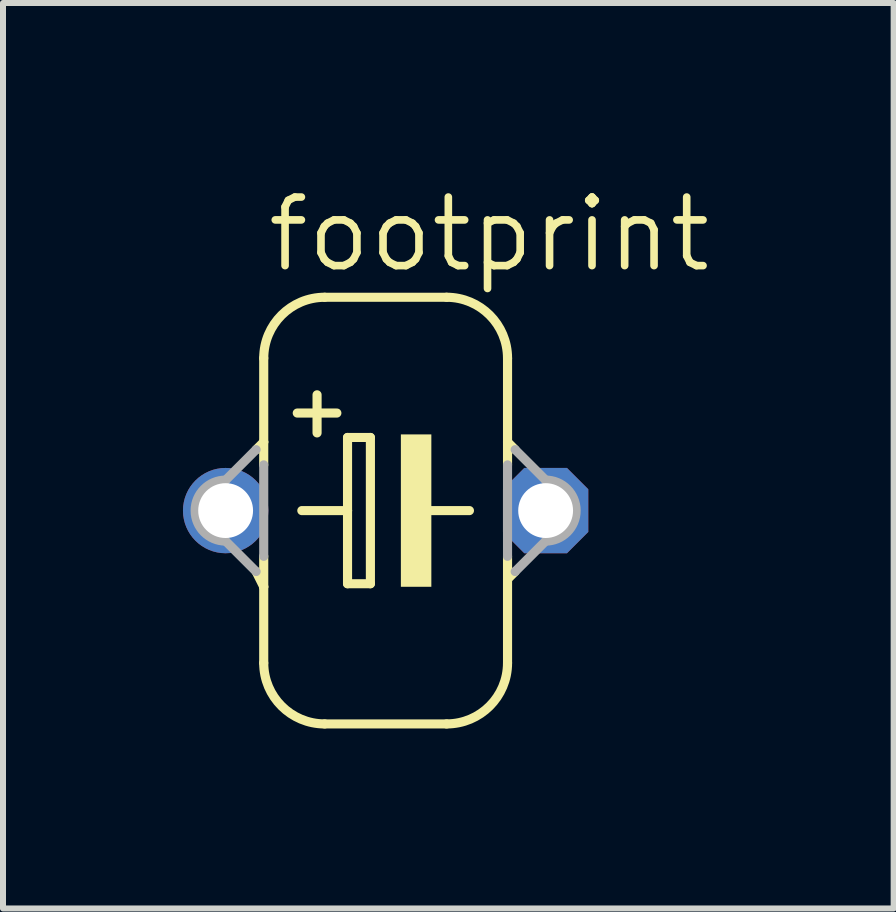
<source format=kicad_pcb>
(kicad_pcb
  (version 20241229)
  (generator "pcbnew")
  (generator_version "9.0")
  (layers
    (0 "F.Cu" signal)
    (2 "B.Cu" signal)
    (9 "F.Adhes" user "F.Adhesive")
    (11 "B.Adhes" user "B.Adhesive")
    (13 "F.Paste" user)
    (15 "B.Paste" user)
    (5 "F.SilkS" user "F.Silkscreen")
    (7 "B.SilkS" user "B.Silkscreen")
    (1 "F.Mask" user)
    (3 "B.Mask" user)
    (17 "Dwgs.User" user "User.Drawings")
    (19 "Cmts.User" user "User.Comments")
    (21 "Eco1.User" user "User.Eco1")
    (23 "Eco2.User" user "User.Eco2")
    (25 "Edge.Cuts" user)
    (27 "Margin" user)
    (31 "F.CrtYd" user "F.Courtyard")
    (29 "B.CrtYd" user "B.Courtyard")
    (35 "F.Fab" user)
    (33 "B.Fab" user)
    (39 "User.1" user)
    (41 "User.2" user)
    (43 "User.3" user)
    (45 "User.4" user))
  (footprint "footprint"
    (layer "F.Cu")
    (at 3.378 5.461)
    (property "Reference" "footprint" (at -2.032 -3.937 0) (layer "F.SilkS") (effects (font (size 1.143 1.143) (thickness 0.127)) (justify left bottom)))
    (fp_line (start -2.159 -1.016) (end -2.032 -1.143) (stroke (width 0.152) (type solid)) (layer "F.SilkS"))
    (fp_line (start -2.032 -2.54) (end -2.032 -1.143) (stroke (width 0.152) (type solid)) (layer "F.SilkS"))
    (fp_line (start -2.032 -1.143) (end -2.032 -0.762) (stroke (width 0.152) (type solid)) (layer "F.SilkS"))
    (fp_line (start -2.032 0.762) (end -2.032 1.27) (stroke (width 0.152) (type solid)) (layer "F.SilkS"))
    (fp_line (start -2.032 1.27) (end -2.159 1.016) (stroke (width 0.152) (type solid)) (layer "F.SilkS"))
    (fp_line (start -2.032 1.27) (end -2.032 2.54) (stroke (width 0.152) (type solid)) (layer "F.SilkS"))
    (fp_line (start -1.397 0) (end -0.635 0) (stroke (width 0.152) (type solid)) (layer "F.SilkS"))
    (fp_line (start -1.143 -1.93) (end -1.143 -1.295) (stroke (width 0.152) (type solid)) (layer "F.SilkS"))
    (fp_line (start -1.016 3.556) (end 1.016 3.556) (stroke (width 0.152) (type solid)) (layer "F.SilkS"))
    (fp_line (start -0.813 -1.626) (end -1.473 -1.626) (stroke (width 0.152) (type solid)) (layer "F.SilkS"))
    (fp_line (start -0.635 -1.219) (end -0.635 0) (stroke (width 0.152) (type solid)) (layer "F.SilkS"))
    (fp_line (start -0.635 0) (end -0.635 1.219) (stroke (width 0.152) (type solid)) (layer "F.SilkS"))
    (fp_line (start -0.635 1.219) (end -0.254 1.219) (stroke (width 0.152) (type solid)) (layer "F.SilkS"))
    (fp_line (start -0.254 -1.219) (end -0.635 -1.219) (stroke (width 0.152) (type solid)) (layer "F.SilkS"))
    (fp_line (start -0.254 1.219) (end -0.254 -1.219) (stroke (width 0.152) (type solid)) (layer "F.SilkS"))
    (fp_line (start 0.635 0) (end 1.397 0) (stroke (width 0.152) (type solid)) (layer "F.SilkS"))
    (fp_line (start 1.016 -3.556) (end -1.016 -3.556) (stroke (width 0.152) (type solid)) (layer "F.SilkS"))
    (fp_line (start 2.032 -2.54) (end 2.032 -1.143) (stroke (width 0.152) (type solid)) (layer "F.SilkS"))
    (fp_line (start 2.032 -1.143) (end 2.032 -0.762) (stroke (width 0.152) (type solid)) (layer "F.SilkS"))
    (fp_line (start 2.032 0.762) (end 2.032 1.143) (stroke (width 0.152) (type solid)) (layer "F.SilkS"))
    (fp_line (start 2.032 1.143) (end 2.032 2.54) (stroke (width 0.152) (type solid)) (layer "F.SilkS"))
    (fp_line (start 2.032 1.143) (end 2.159 1.016) (stroke (width 0.152) (type solid)) (layer "F.SilkS"))
    (fp_line (start 2.159 -1.016) (end 2.032 -1.143) (stroke (width 0.152) (type solid)) (layer "F.SilkS"))
    (fp_arc (start -2.032 -2.54) (mid -1.73442 -3.258421) (end -1.015999 -3.556001) (stroke (width 0.1524) (type solid)) (layer "F.SilkS"))
    (fp_arc (start -1.015999 3.556001) (mid -1.73442 3.258421) (end -2.032 2.54) (stroke (width 0.1524) (type solid)) (layer "F.SilkS"))
    (fp_arc (start 1.016 -3.556) (mid 1.73442 -3.25842) (end 2.031999 -2.539999) (stroke (width 0.1524) (type solid)) (layer "F.SilkS"))
    (fp_arc (start 2.031999 2.539999) (mid 1.73442 3.25842) (end 1.016 3.556) (stroke (width 0.1524) (type solid)) (layer "F.SilkS"))
    (fp_poly (pts (xy 0.254 1.27) (xy 0.762 1.27) (xy 0.762 -1.27) (xy 0.254 -1.27)) (stroke (width 0) (type solid)) (fill yes) (layer "F.SilkS"))
    (fp_line (start -2.667 -0.508) (end -2.159 -1.016) (stroke (width 0.152) (type solid)) (layer "F.Fab"))
    (fp_line (start -2.159 1.016) (end -2.667 0.508) (stroke (width 0.152) (type solid)) (layer "F.Fab"))
    (fp_line (start -2.032 -0.762) (end -2.032 0.762) (stroke (width 0.152) (type solid)) (layer "F.Fab"))
    (fp_line (start 2.032 -0.762) (end 2.032 0.762) (stroke (width 0.152) (type solid)) (layer "F.Fab"))
    (fp_line (start 2.159 1.016) (end 2.667 0.508) (stroke (width 0.152) (type solid)) (layer "F.Fab"))
    (fp_line (start 2.667 -0.508) (end 2.159 -1.016) (stroke (width 0.152) (type solid)) (layer "F.Fab"))
    (fp_arc (start -2.667 0.508) (mid -3.175 0) (end -2.667 -0.508) (stroke (width 0.1524) (type solid)) (layer "F.Fab"))
    (fp_arc (start 2.667 -0.508) (mid 3.175 0) (end 2.667 0.508) (stroke (width 0.1524) (type solid)) (layer "F.Fab"))
    (pad "+" thru_hole circle (at -2.667 0) (size 1.422 1.422) (drill 0.914) (layers "*.Cu" "*.Mask"))
    (pad "-" thru_hole roundrect (at 2.667 0) (size 1.422 1.422) (drill 0.914) (layers "*.Cu" "*.Mask") (roundrect_rratio 0.25) (chamfer_ratio 0.25) (chamfer top_left top_right bottom_left bottom_right)))
  (gr_rect
    (start -3 -3)
    (end 11.846 12.093)
    (stroke (width 0.1) (type default))
    (fill no)
    (layer "Edge.Cuts")))
</source>
